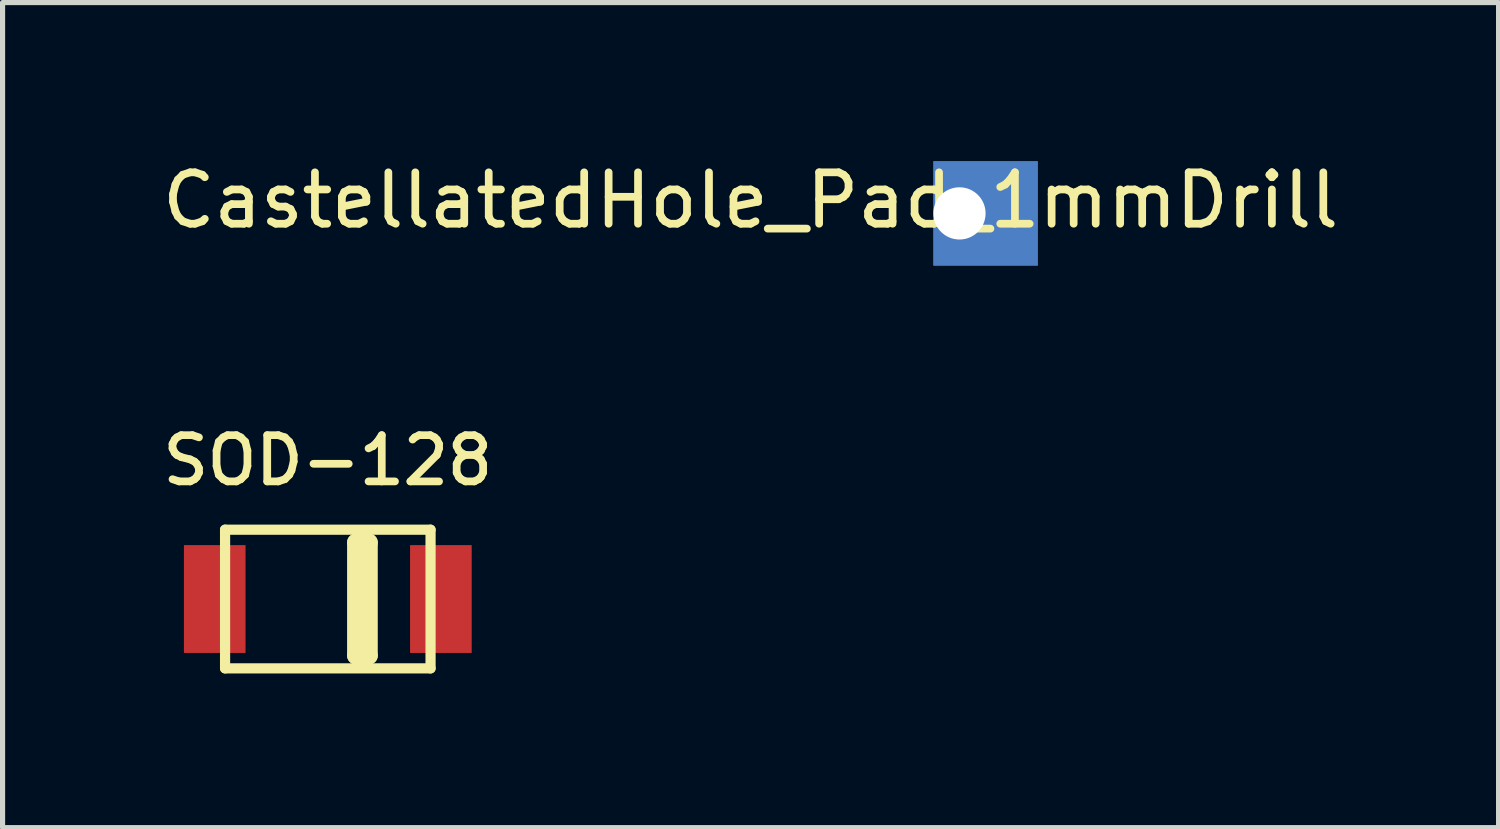
<source format=kicad_pcb>
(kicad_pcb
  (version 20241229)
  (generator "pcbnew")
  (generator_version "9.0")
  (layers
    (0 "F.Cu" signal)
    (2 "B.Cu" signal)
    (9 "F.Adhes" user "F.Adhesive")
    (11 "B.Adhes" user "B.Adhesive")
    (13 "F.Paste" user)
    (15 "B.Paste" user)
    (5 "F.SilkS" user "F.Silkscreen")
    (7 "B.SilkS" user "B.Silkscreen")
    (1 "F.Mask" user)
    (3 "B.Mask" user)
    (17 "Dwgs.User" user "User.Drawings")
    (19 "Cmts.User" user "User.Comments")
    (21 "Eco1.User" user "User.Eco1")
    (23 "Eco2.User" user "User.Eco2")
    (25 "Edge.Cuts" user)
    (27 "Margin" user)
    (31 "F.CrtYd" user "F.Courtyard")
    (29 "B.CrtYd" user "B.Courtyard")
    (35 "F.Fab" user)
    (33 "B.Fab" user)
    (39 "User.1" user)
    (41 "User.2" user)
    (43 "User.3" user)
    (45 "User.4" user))
  (footprint "SOD-128"
    (layer "F.Cu")
    (at 3.328 8.605)
    (property "Reference" "SOD-128" (at 0 -2.697 0) (layer "F.SilkS") (effects (font (size 0.9 0.9) (thickness 0.15))))
    (attr through_hole)
    (fp_line (start -1.999 -1.349) (end 1.999 -1.349) (stroke (width 0.198) (type solid)) (layer "F.SilkS"))
    (fp_line (start -1.999 1.349) (end -1.999 -1.349) (stroke (width 0.198) (type solid)) (layer "F.SilkS"))
    (fp_line (start 0.549 -1.1) (end 0.798 -1.1) (stroke (width 0.348) (type solid)) (layer "F.SilkS"))
    (fp_line (start 0.549 1.1) (end 0.549 -1.1) (stroke (width 0.348) (type solid)) (layer "F.SilkS"))
    (fp_line (start 0.798 -1.1) (end 0.798 1.1) (stroke (width 0.348) (type solid)) (layer "F.SilkS"))
    (fp_line (start 0.798 1.1) (end 0.549 1.1) (stroke (width 0.348) (type solid)) (layer "F.SilkS"))
    (fp_line (start 1.999 -1.349) (end 1.999 1.349) (stroke (width 0.198) (type solid)) (layer "F.SilkS"))
    (fp_line (start 1.999 1.349) (end -1.999 1.349) (stroke (width 0.198) (type solid)) (layer "F.SilkS"))
    (pad "1" smd rect (at 2.2 0) (size 1.199 2.098) (layers "F.Cu" "F.Mask" "F.Paste"))
    (pad "2" smd rect (at -2.2 0) (size 1.199 2.098) (layers "F.Cu" "F.Mask" "F.Paste")))
  (footprint "CastellatedHole_Pad_1mmDrill"
    (layer "F.Cu")
    (at 15.618 1.102)
    (property "Reference" "CastellatedHole_Pad_1mmDrill" (at -4.064 -0.254 0) (layer "F.SilkS") (effects (font (size 1 1) (thickness 0.15))))
    (attr through_hole)
    (pad "1" thru_hole rect (at 0 0) (size 2.032 2.032) (drill 1.016 (offset 0.508 0)) (layers "*.Cu" "*.Mask" "B.Paste")))
  (gr_rect
    (start -3 -3)
    (end 26.107 13.053)
    (stroke (width 0.1) (type default))
    (fill no)
    (layer "Edge.Cuts")))
</source>
